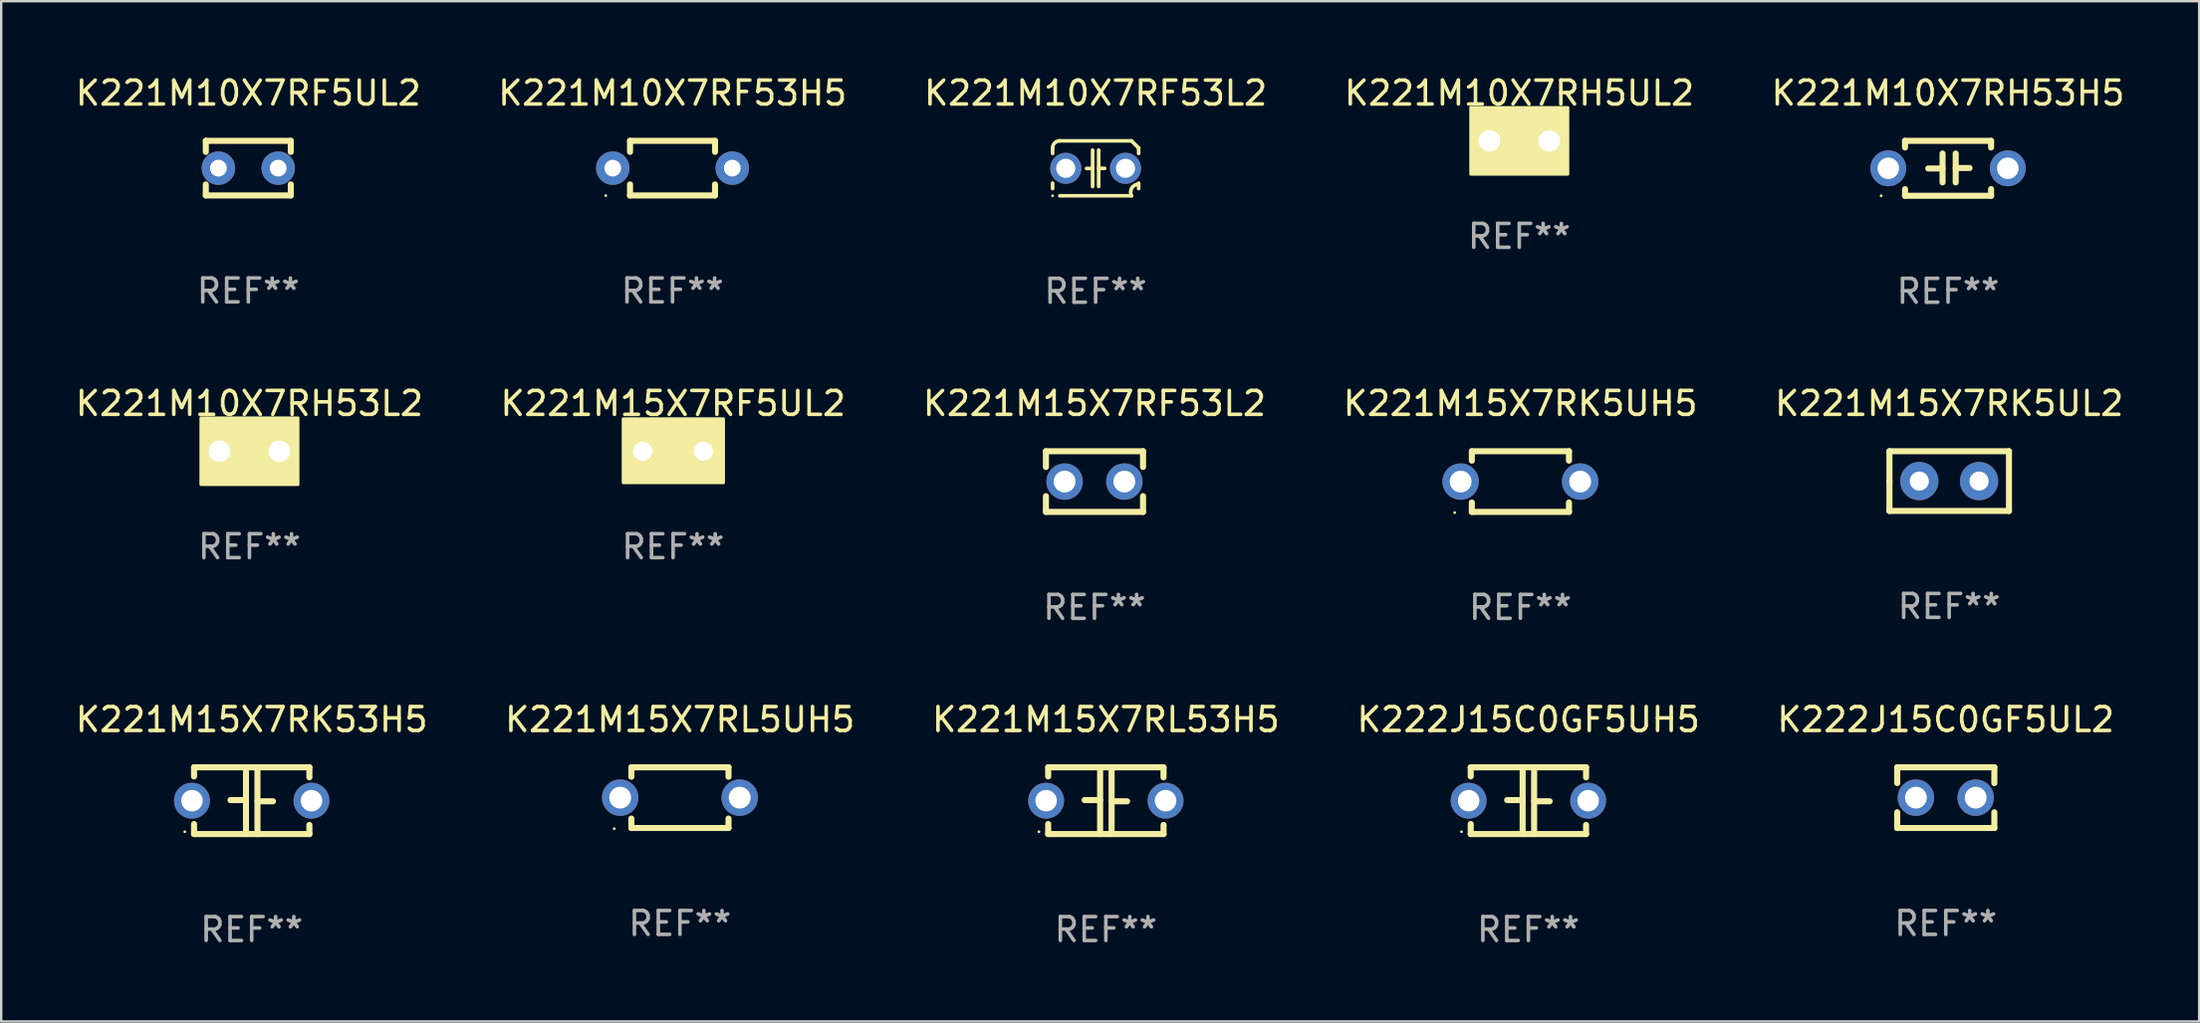
<source format=kicad_pcb>
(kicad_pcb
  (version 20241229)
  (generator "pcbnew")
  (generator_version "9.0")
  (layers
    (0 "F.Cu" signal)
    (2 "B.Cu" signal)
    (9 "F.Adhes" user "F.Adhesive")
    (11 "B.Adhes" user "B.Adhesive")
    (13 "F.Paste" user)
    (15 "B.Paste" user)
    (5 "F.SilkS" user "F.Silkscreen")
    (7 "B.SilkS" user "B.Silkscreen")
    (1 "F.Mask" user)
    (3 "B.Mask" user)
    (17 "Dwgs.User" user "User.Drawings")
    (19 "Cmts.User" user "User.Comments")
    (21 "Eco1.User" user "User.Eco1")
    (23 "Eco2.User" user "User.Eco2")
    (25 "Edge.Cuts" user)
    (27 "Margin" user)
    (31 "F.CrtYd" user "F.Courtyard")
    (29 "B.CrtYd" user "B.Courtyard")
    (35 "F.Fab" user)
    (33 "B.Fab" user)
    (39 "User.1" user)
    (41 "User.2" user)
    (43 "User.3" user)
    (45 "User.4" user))
  (footprint "K221M10X7RF5UL2"
    (layer "F.Cu")
    (at 7.339 3.991)
    (property "Reference" "K221M10X7RF5UL2" (at 0 -3.143 0) (layer "F.SilkS") (effects (font (size 1 1) (thickness 0.15))))
    (attr through_hole)
    (fp_line (start -1.778 -1.143) (end 1.778 -1.143) (stroke (width 0.254) (type solid)) (layer "F.SilkS"))
    (fp_line (start -1.778 -0.681) (end -1.778 -1.143) (stroke (width 0.254) (type solid)) (layer "F.SilkS"))
    (fp_line (start -1.778 1.143) (end -1.778 0.681) (stroke (width 0.254) (type solid)) (layer "F.SilkS"))
    (fp_line (start 1.778 -1.143) (end 1.778 -0.681) (stroke (width 0.254) (type solid)) (layer "F.SilkS"))
    (fp_line (start 1.778 0.681) (end 1.778 1.143) (stroke (width 0.254) (type solid)) (layer "F.SilkS"))
    (fp_line (start 1.778 1.143) (end -1.778 1.143) (stroke (width 0.254) (type solid)) (layer "F.SilkS"))
    (fp_circle (center -1.8 1.15) (end -1.77 1.15) (stroke (width 0.06) (type solid)) (fill no) (layer "F.SilkS"))
    (fp_text user "REF**" (at 0 5.143 0) (layer "F.Fab") (effects (font (size 1 1) (thickness 0.15))))
    (pad "1" thru_hole circle (at -1.25 0) (size 1.4 1.4) (drill 0.7) (layers "*.Cu" "*.Mask"))
    (pad "2" thru_hole circle (at 1.25 0) (size 1.4 1.4) (drill 0.7) (layers "*.Cu" "*.Mask")))
  (footprint "K221M15X7RF53L2"
    (layer "F.Cu")
    (at 42.744 17.115)
    (property "Reference" "K221M15X7RF53L2" (at 0 -3.27 0) (layer "F.SilkS") (effects (font (size 1 1) (thickness 0.15))))
    (attr through_hole)
    (fp_line (start -2.032 -1.27) (end -2.032 -0.611) (stroke (width 0.254) (type solid)) (layer "F.SilkS"))
    (fp_line (start -2.032 0.611) (end -2.032 1.27) (stroke (width 0.254) (type solid)) (layer "F.SilkS"))
    (fp_line (start -2.032 1.27) (end 2.032 1.27) (stroke (width 0.254) (type solid)) (layer "F.SilkS"))
    (fp_line (start 2.032 -1.27) (end -2.032 -1.27) (stroke (width 0.254) (type solid)) (layer "F.SilkS"))
    (fp_line (start 2.032 -0.611) (end 2.032 -1.27) (stroke (width 0.254) (type solid)) (layer "F.SilkS"))
    (fp_line (start 2.032 1.27) (end 2.032 0.611) (stroke (width 0.254) (type solid)) (layer "F.SilkS"))
    (fp_circle (center -2 1.3) (end -1.97 1.3) (stroke (width 0.06) (type solid)) (fill no) (layer "F.SilkS"))
    (fp_text user "REF**" (at 0 5.27 0) (layer "F.Fab") (effects (font (size 1 1) (thickness 0.15))))
    (pad "1" thru_hole circle (at -1.25 0) (size 1.524 1.524) (drill 0.914) (layers "*.Cu" "*.Mask"))
    (pad "2" thru_hole circle (at 1.25 0) (size 1.524 1.524) (drill 0.914) (layers "*.Cu" "*.Mask")))
  (footprint "K221M10X7RH53H5"
    (layer "F.Cu")
    (at 78.458 3.998)
    (property "Reference" "K221M10X7RH53H5" (at 0 -3.15 0) (layer "F.SilkS") (effects (font (size 1 1) (thickness 0.15))))
    (attr through_hole)
    (fp_line (start -1.8 -1.15) (end -1.8 -0.872) (stroke (width 0.254) (type solid)) (layer "F.SilkS"))
    (fp_line (start -1.8 -1.15) (end 1.8 -1.15) (stroke (width 0.254) (type solid)) (layer "F.SilkS"))
    (fp_line (start -1.8 0.872) (end -1.8 1.15) (stroke (width 0.254) (type solid)) (layer "F.SilkS"))
    (fp_line (start -1.8 1.15) (end 1.8 1.15) (stroke (width 0.254) (type solid)) (layer "F.SilkS"))
    (fp_line (start -0.23 -0.62) (end -0.23 0.59) (stroke (width 0.254) (type solid)) (layer "F.SilkS"))
    (fp_line (start -0.23 0.007) (end -0.83 0.007) (stroke (width 0.254) (type solid)) (layer "F.SilkS"))
    (fp_line (start 0.32 -0.62) (end 0.32 0.59) (stroke (width 0.254) (type solid)) (layer "F.SilkS"))
    (fp_line (start 0.32 -0.012) (end 0.9 -0.012) (stroke (width 0.254) (type solid)) (layer "F.SilkS"))
    (fp_line (start 1.8 -1.15) (end 1.8 -0.872) (stroke (width 0.254) (type solid)) (layer "F.SilkS"))
    (fp_line (start 1.8 0.872) (end 1.8 1.15) (stroke (width 0.254) (type solid)) (layer "F.SilkS"))
    (fp_circle (center -2.8 1.15) (end -2.77 1.15) (stroke (width 0.06) (type solid)) (fill no) (layer "F.SilkS"))
    (fp_text user "REF**" (at 0 5.15 0) (layer "F.Fab") (effects (font (size 1 1) (thickness 0.15))))
    (pad "1" thru_hole circle (at -2.5 0) (size 1.5 1.5) (drill 0.9) (layers "*.Cu" "*.Mask"))
    (pad "2" thru_hole circle (at 2.5 0) (size 1.5 1.5) (drill 0.9) (layers "*.Cu" "*.Mask")))
  (footprint "K221M15X7RF5UL2"
    (layer "F.Cu")
    (at 25.113 15.845)
    (property "Reference" "K221M15X7RF5UL2" (at 0 -2 0) (layer "F.SilkS") (effects (font (size 1 1) (thickness 0.15))))
    (attr through_hole)
    (fp_circle (center -2 1.3) (end -1.97 1.3) (stroke (width 0.06) (type solid)) (fill no) (layer "F.SilkS"))
    (fp_poly (pts (xy -2.09 -1.36) (xy 2.11 -1.36) (xy 2.11 1.32) (xy -2.09 1.32)) (stroke (width 0.12) (type solid)) (fill yes) (layer "F.SilkS"))
    (fp_text user "REF**" (at 0 4 0) (layer "F.Fab") (effects (font (size 1 1) (thickness 0.15))))
    (pad "1" thru_hole circle (at -1.27 0) (size 1.4 1.4) (drill 0.8) (layers "*.Cu" "*.Mask"))
    (pad "2" thru_hole circle (at 1.27 0) (size 1.4 1.4) (drill 0.8) (layers "*.Cu" "*.Mask")))
  (footprint "K222J15C0GF5UH5"
    (layer "F.Cu")
    (at 60.899 30.478)
    (property "Reference" "K222J15C0GF5UH5" (at 0 -3.397 0) (layer "F.SilkS") (effects (font (size 1 1) (thickness 0.15))))
    (attr through_hole)
    (fp_line (start -2.413 -1.397) (end 2.413 -1.397) (stroke (width 0.254) (type solid)) (layer "F.SilkS"))
    (fp_line (start -2.413 -1.016) (end -2.413 -1.397) (stroke (width 0.254) (type solid)) (layer "F.SilkS"))
    (fp_line (start -2.413 0.977) (end -2.413 1.397) (stroke (width 0.254) (type solid)) (layer "F.SilkS"))
    (fp_line (start -0.24 -0.025) (end -0.889 -0.025) (stroke (width 0.254) (type solid)) (layer "F.SilkS"))
    (fp_line (start -0.24 1.397) (end -0.24 -1.397) (stroke (width 0.254) (type solid)) (layer "F.SilkS"))
    (fp_line (start 0.24 -1.397) (end 0.24 1.397) (stroke (width 0.254) (type solid)) (layer "F.SilkS"))
    (fp_line (start 0.24 0.025) (end 0.889 0.025) (stroke (width 0.254) (type solid)) (layer "F.SilkS"))
    (fp_line (start 2.413 -0.977) (end 2.413 -1.397) (stroke (width 0.254) (type solid)) (layer "F.SilkS"))
    (fp_line (start 2.413 1.016) (end 2.413 1.397) (stroke (width 0.254) (type solid)) (layer "F.SilkS"))
    (fp_line (start 2.413 1.397) (end -2.413 1.397) (stroke (width 0.254) (type solid)) (layer "F.SilkS"))
    (fp_circle (center -2.8 1.3) (end -2.77 1.3) (stroke (width 0.06) (type solid)) (fill no) (layer "F.SilkS"))
    (fp_text user "REF**" (at 0 5.397 0) (layer "F.Fab") (effects (font (size 1 1) (thickness 0.15))))
    (pad "1" thru_hole circle (at -2.5 0) (size 1.5 1.5) (drill 0.9) (layers "*.Cu" "*.Mask"))
    (pad "2" thru_hole circle (at 2.5 0) (size 1.5 1.5) (drill 0.9) (layers "*.Cu" "*.Mask")))
  (footprint "K221M15X7RK5UH5"
    (layer "F.Cu")
    (at 60.565 17.115)
    (property "Reference" "K221M15X7RK5UH5" (at 0 -3.27 0) (layer "F.SilkS") (effects (font (size 1 1) (thickness 0.15))))
    (attr through_hole)
    (fp_line (start -2.032 -1.27) (end -2.032 -0.876) (stroke (width 0.254) (type solid)) (layer "F.SilkS"))
    (fp_line (start -2.032 0.876) (end -2.032 1.27) (stroke (width 0.254) (type solid)) (layer "F.SilkS"))
    (fp_line (start -2.032 1.27) (end 2.032 1.27) (stroke (width 0.254) (type solid)) (layer "F.SilkS"))
    (fp_line (start 2.032 -1.27) (end -2.032 -1.27) (stroke (width 0.254) (type solid)) (layer "F.SilkS"))
    (fp_line (start 2.032 -0.876) (end 2.032 -1.27) (stroke (width 0.254) (type solid)) (layer "F.SilkS"))
    (fp_line (start 2.032 1.27) (end 2.032 0.876) (stroke (width 0.254) (type solid)) (layer "F.SilkS"))
    (fp_circle (center -2.751 1.3) (end -2.721 1.3) (stroke (width 0.06) (type solid)) (fill no) (layer "F.SilkS"))
    (fp_text user "REF**" (at 0 5.27 0) (layer "F.Fab") (effects (font (size 1 1) (thickness 0.15))))
    (pad "1" thru_hole circle (at -2.5 0) (size 1.524 1.524) (drill 0.914) (layers "*.Cu" "*.Mask"))
    (pad "2" thru_hole circle (at 2.5 0) (size 1.524 1.524) (drill 0.914) (layers "*.Cu" "*.Mask")))
  (footprint "K221M15X7RL53H5"
    (layer "F.Cu")
    (at 43.22 30.478)
    (property "Reference" "K221M15X7RL53H5" (at 0 -3.397 0) (layer "F.SilkS") (effects (font (size 1 1) (thickness 0.15))))
    (attr through_hole)
    (fp_line (start -2.413 -1.397) (end 2.413 -1.397) (stroke (width 0.254) (type solid)) (layer "F.SilkS"))
    (fp_line (start -2.413 -1.016) (end -2.413 -1.397) (stroke (width 0.254) (type solid)) (layer "F.SilkS"))
    (fp_line (start -2.413 0.977) (end -2.413 1.397) (stroke (width 0.254) (type solid)) (layer "F.SilkS"))
    (fp_line (start -0.24 -0.025) (end -0.889 -0.025) (stroke (width 0.254) (type solid)) (layer "F.SilkS"))
    (fp_line (start -0.24 1.397) (end -0.24 -1.397) (stroke (width 0.254) (type solid)) (layer "F.SilkS"))
    (fp_line (start 0.24 -1.397) (end 0.24 1.397) (stroke (width 0.254) (type solid)) (layer "F.SilkS"))
    (fp_line (start 0.24 0.025) (end 0.889 0.025) (stroke (width 0.254) (type solid)) (layer "F.SilkS"))
    (fp_line (start 2.413 -0.977) (end 2.413 -1.397) (stroke (width 0.254) (type solid)) (layer "F.SilkS"))
    (fp_line (start 2.413 1.016) (end 2.413 1.397) (stroke (width 0.254) (type solid)) (layer "F.SilkS"))
    (fp_line (start 2.413 1.397) (end -2.413 1.397) (stroke (width 0.254) (type solid)) (layer "F.SilkS"))
    (fp_circle (center -2.8 1.3) (end -2.77 1.3) (stroke (width 0.06) (type solid)) (fill no) (layer "F.SilkS"))
    (fp_text user "REF**" (at 0 5.397 0) (layer "F.Fab") (effects (font (size 1 1) (thickness 0.15))))
    (pad "1" thru_hole circle (at -2.5 0) (size 1.5 1.5) (drill 0.9) (layers "*.Cu" "*.Mask"))
    (pad "2" thru_hole circle (at 2.5 0) (size 1.5 1.5) (drill 0.9) (layers "*.Cu" "*.Mask")))
  (footprint "K221M10X7RF53L2"
    (layer "F.Cu")
    (at 42.792 3.998)
    (property "Reference" "K221M10X7RF53L2" (at 0 -3.15 0) (layer "F.SilkS") (effects (font (size 1 1) (thickness 0.15))))
    (attr through_hole)
    (fp_line (start -1.8 -0.621) (end -1.8 -0.85) (stroke (width 0.152) (type solid)) (layer "F.SilkS"))
    (fp_line (start -1.8 0.85) (end -1.8 0.621) (stroke (width 0.152) (type solid)) (layer "F.SilkS"))
    (fp_line (start -1.5 -1.15) (end 1.5 -1.15) (stroke (width 0.152) (type solid)) (layer "F.SilkS"))
    (fp_line (start -0.127 -0.762) (end -0.127 0.762) (stroke (width 0.152) (type solid)) (layer "F.SilkS"))
    (fp_line (start -0.127 0.005) (end -0.381 0.005) (stroke (width 0.152) (type solid)) (layer "F.SilkS"))
    (fp_line (start 0.127 -0.762) (end 0.127 0.762) (stroke (width 0.152) (type solid)) (layer "F.SilkS"))
    (fp_line (start 0.127 0.002) (end 0.381 0.002) (stroke (width 0.152) (type solid)) (layer "F.SilkS"))
    (fp_line (start 1.5 1.15) (end -1.5 1.15) (stroke (width 0.152) (type solid)) (layer "F.SilkS"))
    (fp_line (start 1.8 -0.85) (end 1.8 -0.621) (stroke (width 0.152) (type solid)) (layer "F.SilkS"))
    (fp_line (start 1.8 0.621) (end 1.8 0.85) (stroke (width 0.152) (type solid)) (layer "F.SilkS"))
    (fp_arc (start -1.799975 -0.849987) (mid -1.712107 -1.062119) (end -1.499975 -1.149987) (stroke (width 0.151994) (type solid)) (layer "F.SilkS"))
    (fp_arc (start 1.499975 1.149987) (mid 1.513726 0.822359) (end 1.799975 0.662387) (stroke (width 0.151994) (type solid)) (layer "F.SilkS"))
    (fp_arc (start 1.500001 -1.149986) (mid 1.650015 -1.000001) (end 1.8 -0.849987) (stroke (width 0.151994) (type solid)) (layer "F.SilkS"))
    (fp_circle (center -1.8 1.15) (end -1.77 1.15) (stroke (width 0.06) (type solid)) (fill no) (layer "F.SilkS"))
    (fp_text user "REF**" (at 0 5.15 0) (layer "F.Fab") (effects (font (size 1 1) (thickness 0.15))))
    (pad "1" thru_hole circle (at -1.25 0) (size 1.3 1.3) (drill 0.8) (layers "*.Cu" "*.Mask"))
    (pad "2" thru_hole circle (at 1.25 0) (size 1.3 1.3) (drill 0.8) (layers "*.Cu" "*.Mask")))
  (footprint "K222J15C0GF5UL2"
    (layer "F.Cu")
    (at 78.363 30.351)
    (property "Reference" "K222J15C0GF5UL2" (at 0 -3.27 0) (layer "F.SilkS") (effects (font (size 1 1) (thickness 0.15))))
    (attr through_hole)
    (fp_line (start -2.032 -1.27) (end -2.032 -0.611) (stroke (width 0.254) (type solid)) (layer "F.SilkS"))
    (fp_line (start -2.032 0.611) (end -2.032 1.27) (stroke (width 0.254) (type solid)) (layer "F.SilkS"))
    (fp_line (start -2.032 1.27) (end 2.032 1.27) (stroke (width 0.254) (type solid)) (layer "F.SilkS"))
    (fp_line (start 2.032 -1.27) (end -2.032 -1.27) (stroke (width 0.254) (type solid)) (layer "F.SilkS"))
    (fp_line (start 2.032 -0.611) (end 2.032 -1.27) (stroke (width 0.254) (type solid)) (layer "F.SilkS"))
    (fp_line (start 2.032 1.27) (end 2.032 0.611) (stroke (width 0.254) (type solid)) (layer "F.SilkS"))
    (fp_circle (center -2 1.3) (end -1.97 1.3) (stroke (width 0.06) (type solid)) (fill no) (layer "F.SilkS"))
    (fp_text user "REF**" (at 0 5.27 0) (layer "F.Fab") (effects (font (size 1 1) (thickness 0.15))))
    (pad "1" thru_hole circle (at -1.25 0) (size 1.524 1.524) (drill 0.914) (layers "*.Cu" "*.Mask"))
    (pad "2" thru_hole circle (at 1.25 0) (size 1.524 1.524) (drill 0.914) (layers "*.Cu" "*.Mask")))
  (footprint "K221M10X7RF53H5"
    (layer "F.Cu")
    (at 25.089 3.991)
    (property "Reference" "K221M10X7RF53H5" (at 0 -3.143 0) (layer "F.SilkS") (effects (font (size 1 1) (thickness 0.15))))
    (attr through_hole)
    (fp_line (start -1.778 -1.143) (end 1.778 -1.143) (stroke (width 0.254) (type solid)) (layer "F.SilkS"))
    (fp_line (start -1.778 -0.681) (end -1.778 -1.143) (stroke (width 0.254) (type solid)) (layer "F.SilkS"))
    (fp_line (start -1.778 1.143) (end -1.778 0.681) (stroke (width 0.254) (type solid)) (layer "F.SilkS"))
    (fp_line (start 1.778 -1.143) (end 1.778 -0.681) (stroke (width 0.254) (type solid)) (layer "F.SilkS"))
    (fp_line (start 1.778 0.681) (end 1.778 1.143) (stroke (width 0.254) (type solid)) (layer "F.SilkS"))
    (fp_line (start 1.778 1.143) (end -1.778 1.143) (stroke (width 0.254) (type solid)) (layer "F.SilkS"))
    (fp_circle (center -2.794 1.15) (end -2.764 1.15) (stroke (width 0.06) (type solid)) (fill no) (layer "F.SilkS"))
    (fp_text user "REF**" (at 0 5.143 0) (layer "F.Fab") (effects (font (size 1 1) (thickness 0.15))))
    (pad "1" thru_hole circle (at -2.5 0) (size 1.4 1.4) (drill 0.7) (layers "*.Cu" "*.Mask"))
    (pad "2" thru_hole circle (at 2.5 0) (size 1.4 1.4) (drill 0.7) (layers "*.Cu" "*.Mask")))
  (footprint "K221M15X7RL5UH5"
    (layer "F.Cu")
    (at 25.399 30.351)
    (property "Reference" "K221M15X7RL5UH5" (at 0 -3.27 0) (layer "F.SilkS") (effects (font (size 1 1) (thickness 0.15))))
    (attr through_hole)
    (fp_line (start -2.032 -1.27) (end -2.032 -0.876) (stroke (width 0.254) (type solid)) (layer "F.SilkS"))
    (fp_line (start -2.032 0.876) (end -2.032 1.27) (stroke (width 0.254) (type solid)) (layer "F.SilkS"))
    (fp_line (start -2.032 1.27) (end 2.032 1.27) (stroke (width 0.254) (type solid)) (layer "F.SilkS"))
    (fp_line (start 2.032 -1.27) (end -2.032 -1.27) (stroke (width 0.254) (type solid)) (layer "F.SilkS"))
    (fp_line (start 2.032 -0.876) (end 2.032 -1.27) (stroke (width 0.254) (type solid)) (layer "F.SilkS"))
    (fp_line (start 2.032 1.27) (end 2.032 0.876) (stroke (width 0.254) (type solid)) (layer "F.SilkS"))
    (fp_circle (center -2.751 1.3) (end -2.721 1.3) (stroke (width 0.06) (type solid)) (fill no) (layer "F.SilkS"))
    (fp_text user "REF**" (at 0 5.27 0) (layer "F.Fab") (effects (font (size 1 1) (thickness 0.15))))
    (pad "1" thru_hole circle (at -2.5 0) (size 1.524 1.524) (drill 0.914) (layers "*.Cu" "*.Mask"))
    (pad "2" thru_hole circle (at 2.5 0) (size 1.524 1.524) (drill 0.914) (layers "*.Cu" "*.Mask")))
  (footprint "K221M10X7RH53L2"
    (layer "F.Cu")
    (at 7.387 15.845)
    (property "Reference" "K221M10X7RH53L2" (at 0 -2 0) (layer "F.SilkS") (effects (font (size 1 1) (thickness 0.15))))
    (attr through_hole)
    (fp_circle (center -1.8 1.15) (end -1.77 1.15) (stroke (width 0.06) (type solid)) (fill no) (layer "F.SilkS"))
    (fp_poly (pts (xy -2.032 -1.397) (xy 2.032 -1.397) (xy 2.032 1.397) (xy -2.032 1.397)) (stroke (width 0.12) (type solid)) (fill yes) (layer "F.SilkS"))
    (fp_text user "REF**" (at 0 4 0) (layer "F.Fab") (effects (font (size 1 1) (thickness 0.15))))
    (pad "1" thru_hole circle (at -1.25 0) (size 1.5 1.5) (drill 0.9) (layers "*.Cu" "*.Mask"))
    (pad "2" thru_hole circle (at 1.25 0) (size 1.5 1.5) (drill 0.9) (layers "*.Cu" "*.Mask")))
  (footprint "K221M15X7RK5UL2"
    (layer "F.Cu")
    (at 78.506 17.095)
    (property "Reference" "K221M15X7RK5UL2" (at 0 -3.25 0) (layer "F.SilkS") (effects (font (size 1 1) (thickness 0.15))))
    (attr through_hole)
    (fp_line (start -2.5 -1.25) (end 2.5 -1.25) (stroke (width 0.254) (type solid)) (layer "F.SilkS"))
    (fp_line (start -2.5 0) (end -2.5 -1.25) (stroke (width 0.254) (type solid)) (layer "F.SilkS"))
    (fp_line (start -2.5 1.25) (end -2.5 0) (stroke (width 0.254) (type solid)) (layer "F.SilkS"))
    (fp_line (start 2.5 -1.25) (end 2.5 1.25) (stroke (width 0.254) (type solid)) (layer "F.SilkS"))
    (fp_line (start 2.5 1.25) (end -2.5 1.25) (stroke (width 0.254) (type solid)) (layer "F.SilkS"))
    (fp_circle (center -2.5 1.25) (end -2.47 1.25) (stroke (width 0.06) (type solid)) (fill no) (layer "F.SilkS"))
    (fp_text user "REF**" (at 0 5.25 0) (layer "F.Fab") (effects (font (size 1 1) (thickness 0.15))))
    (pad "1" thru_hole circle (at -1.25 0) (size 1.6 1.6) (drill 0.8) (layers "*.Cu" "*.Mask"))
    (pad "2" thru_hole circle (at 1.25 0) (size 1.6 1.6) (drill 0.8) (layers "*.Cu" "*.Mask")))
  (footprint "K221M15X7RK53H5"
    (layer "F.Cu")
    (at 7.482 30.478)
    (property "Reference" "K221M15X7RK53H5" (at 0 -3.397 0) (layer "F.SilkS") (effects (font (size 1 1) (thickness 0.15))))
    (attr through_hole)
    (fp_line (start -2.413 -1.397) (end 2.413 -1.397) (stroke (width 0.254) (type solid)) (layer "F.SilkS"))
    (fp_line (start -2.413 -1.016) (end -2.413 -1.397) (stroke (width 0.254) (type solid)) (layer "F.SilkS"))
    (fp_line (start -2.413 0.977) (end -2.413 1.397) (stroke (width 0.254) (type solid)) (layer "F.SilkS"))
    (fp_line (start -0.24 -0.025) (end -0.889 -0.025) (stroke (width 0.254) (type solid)) (layer "F.SilkS"))
    (fp_line (start -0.24 1.397) (end -0.24 -1.397) (stroke (width 0.254) (type solid)) (layer "F.SilkS"))
    (fp_line (start 0.24 -1.397) (end 0.24 1.397) (stroke (width 0.254) (type solid)) (layer "F.SilkS"))
    (fp_line (start 0.24 0.025) (end 0.889 0.025) (stroke (width 0.254) (type solid)) (layer "F.SilkS"))
    (fp_line (start 2.413 -0.977) (end 2.413 -1.397) (stroke (width 0.254) (type solid)) (layer "F.SilkS"))
    (fp_line (start 2.413 1.016) (end 2.413 1.397) (stroke (width 0.254) (type solid)) (layer "F.SilkS"))
    (fp_line (start 2.413 1.397) (end -2.413 1.397) (stroke (width 0.254) (type solid)) (layer "F.SilkS"))
    (fp_circle (center -2.8 1.3) (end -2.77 1.3) (stroke (width 0.06) (type solid)) (fill no) (layer "F.SilkS"))
    (fp_text user "REF**" (at 0 5.397 0) (layer "F.Fab") (effects (font (size 1 1) (thickness 0.15))))
    (pad "1" thru_hole circle (at -2.5 0) (size 1.5 1.5) (drill 0.9) (layers "*.Cu" "*.Mask"))
    (pad "2" thru_hole circle (at 2.5 0) (size 1.5 1.5) (drill 0.9) (layers "*.Cu" "*.Mask")))
  (footprint "K221M10X7RH5UL2"
    (layer "F.Cu")
    (at 60.518 2.848)
    (property "Reference" "K221M10X7RH5UL2" (at 0 -2 0) (layer "F.SilkS") (effects (font (size 1 1) (thickness 0.15))))
    (attr through_hole)
    (fp_circle (center -1.8 1.15) (end -1.77 1.15) (stroke (width 0.06) (type solid)) (fill no) (layer "F.SilkS"))
    (fp_poly (pts (xy -2.032 -1.397) (xy 2.032 -1.397) (xy 2.032 1.397) (xy -2.032 1.397)) (stroke (width 0.12) (type solid)) (fill yes) (layer "F.SilkS"))
    (fp_text user "REF**" (at 0 4 0) (layer "F.Fab") (effects (font (size 1 1) (thickness 0.15))))
    (pad "1" thru_hole circle (at -1.25 0) (size 1.5 1.5) (drill 0.9) (layers "*.Cu" "*.Mask"))
    (pad "2" thru_hole circle (at 1.25 0) (size 1.5 1.5) (drill 0.9) (layers "*.Cu" "*.Mask")))
  (gr_rect
    (start -3 -3)
    (end 88.964 39.724)
    (stroke (width 0.1) (type default))
    (fill no)
    (layer "Edge.Cuts")))
</source>
